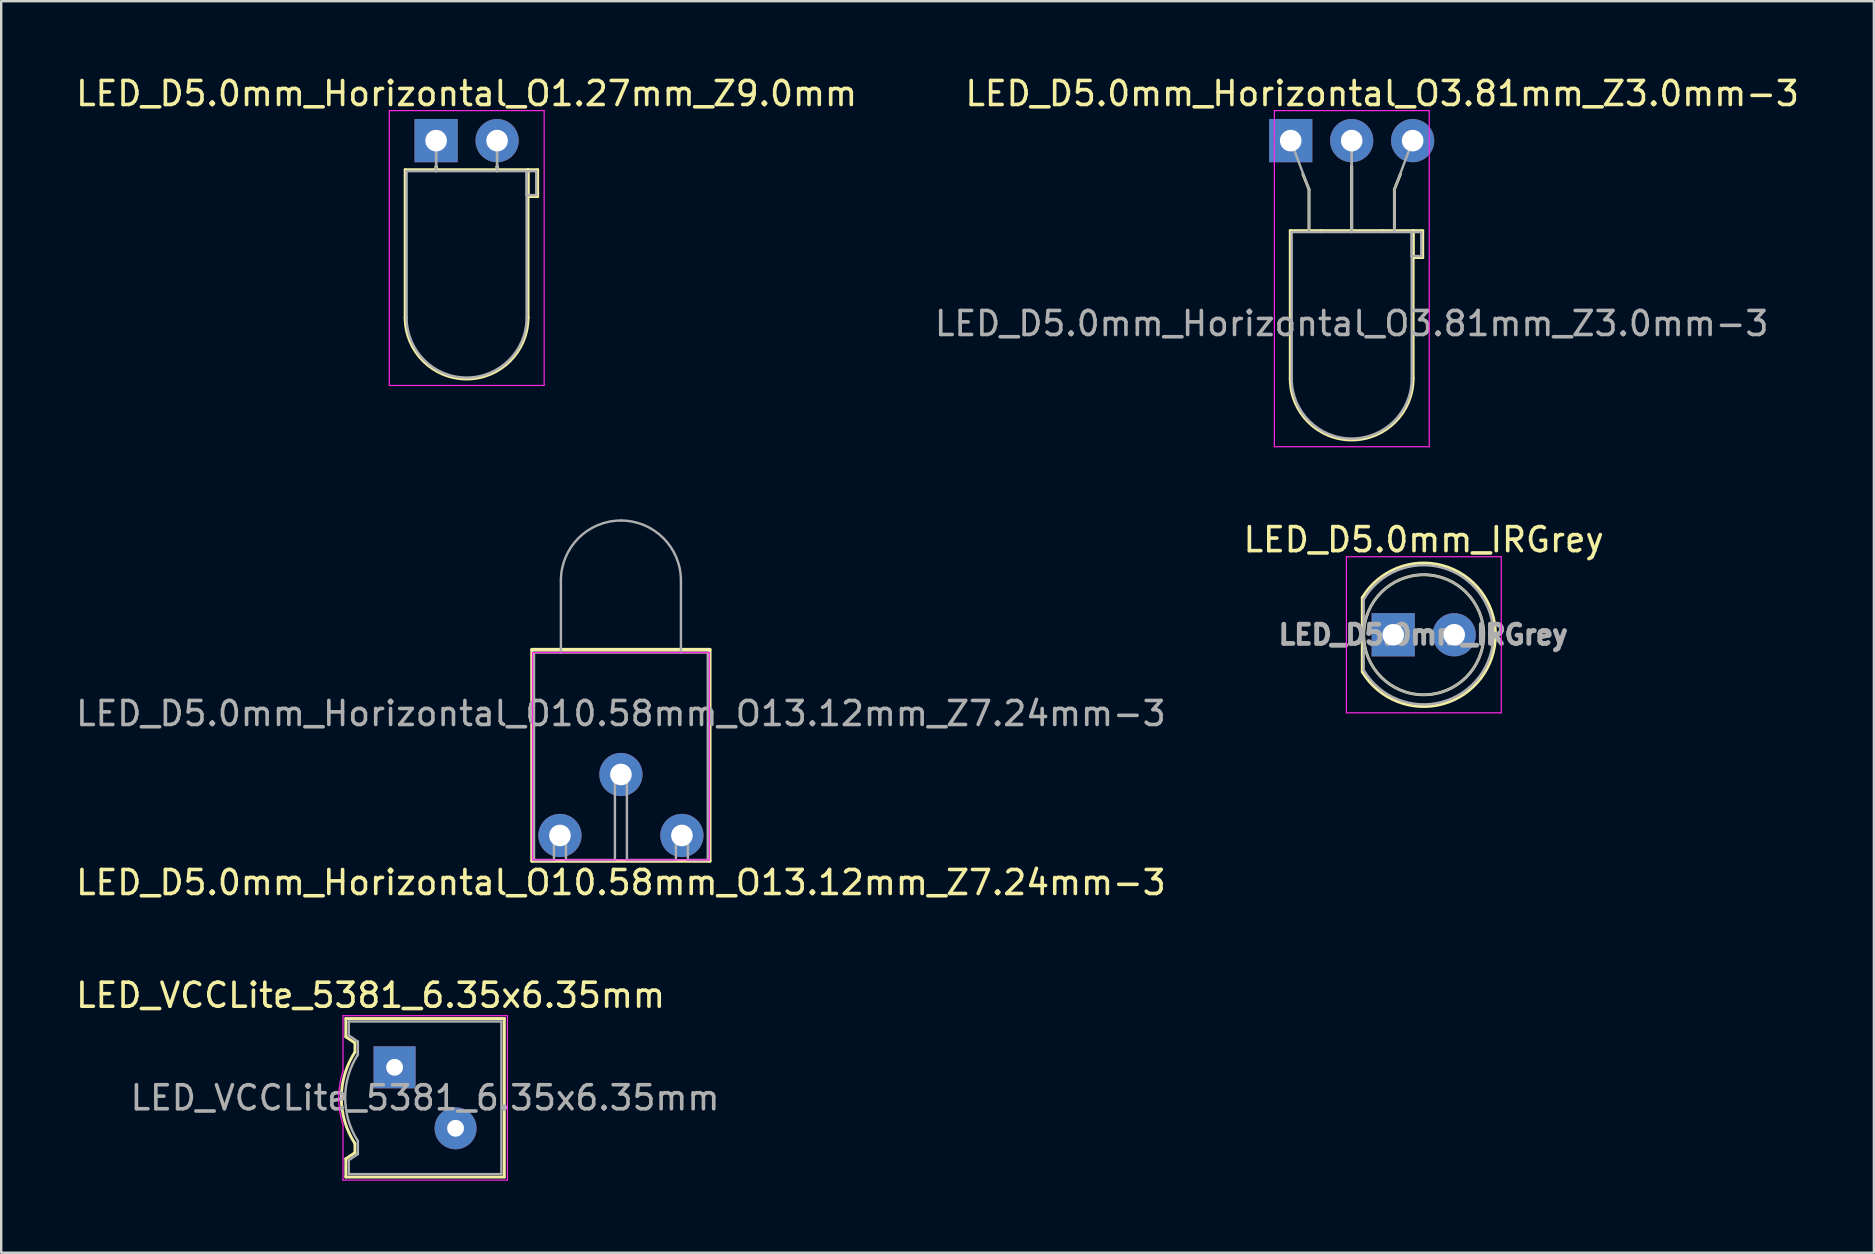
<source format=kicad_pcb>
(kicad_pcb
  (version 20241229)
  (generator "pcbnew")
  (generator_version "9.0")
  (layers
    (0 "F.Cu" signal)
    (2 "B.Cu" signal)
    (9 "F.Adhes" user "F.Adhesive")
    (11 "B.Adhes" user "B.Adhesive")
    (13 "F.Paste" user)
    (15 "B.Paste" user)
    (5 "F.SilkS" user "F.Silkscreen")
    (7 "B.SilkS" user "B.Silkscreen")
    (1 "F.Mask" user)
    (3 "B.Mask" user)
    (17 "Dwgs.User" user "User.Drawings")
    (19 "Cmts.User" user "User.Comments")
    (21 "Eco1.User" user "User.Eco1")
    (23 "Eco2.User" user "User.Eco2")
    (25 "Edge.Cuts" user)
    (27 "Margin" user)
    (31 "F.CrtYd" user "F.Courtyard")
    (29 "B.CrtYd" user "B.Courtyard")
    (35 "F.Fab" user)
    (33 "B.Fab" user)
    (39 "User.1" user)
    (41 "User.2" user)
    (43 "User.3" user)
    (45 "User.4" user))
  (footprint "LED_D5.0mm_Horizontal_O10.58mm_O13.12mm_Z7.24mm-3"
    (layer "F.Cu")
    (at 22.815 29.213)
    (property "Reference" "LED_D5.0mm_Horizontal_O10.58mm_O13.12mm_Z7.24mm-3" (at 0 4.5 0) (layer "F.SilkS") (effects (font (size 1 1) (thickness 0.15))))
    (attr through_hole)
    (fp_line (start -3.7 -5.2) (end -3.7 3.6) (stroke (width 0.15) (type solid)) (layer "F.SilkS"))
    (fp_line (start -3.7 3.6) (end 3.7 3.6) (stroke (width 0.15) (type solid)) (layer "F.SilkS"))
    (fp_line (start 3.7 -5.2) (end -3.7 -5.2) (stroke (width 0.15) (type solid)) (layer "F.SilkS"))
    (fp_line (start 3.7 3.6) (end 3.7 -5.2) (stroke (width 0.15) (type solid)) (layer "F.SilkS"))
    (fp_line (start -3.683 -5.08) (end -3.683 3.556) (stroke (width 0.05) (type solid)) (layer "F.CrtYd"))
    (fp_line (start -3.683 3.556) (end 3.683 3.556) (stroke (width 0.05) (type solid)) (layer "F.CrtYd"))
    (fp_line (start 3.683 -5.08) (end -3.683 -5.08) (stroke (width 0.05) (type solid)) (layer "F.CrtYd"))
    (fp_line (start 3.683 3.556) (end 3.683 -5.08) (stroke (width 0.05) (type solid)) (layer "F.CrtYd"))
    (fp_line (start -3.62 3.56) (end -3.62 -5.08) (stroke (width 0.1) (type solid)) (layer "F.Fab"))
    (fp_line (start -2.79 2.29) (end -2.79 3.56) (stroke (width 0.1) (type solid)) (layer "F.Fab"))
    (fp_line (start -2.79 3.56) (end -3.62 3.56) (stroke (width 0.1) (type solid)) (layer "F.Fab"))
    (fp_line (start -2.5 -8.08) (end -2.5 -5.08) (stroke (width 0.1) (type solid)) (layer "F.Fab"))
    (fp_line (start -2.29 2.29) (end -2.79 2.29) (stroke (width 0.1) (type solid)) (layer "F.Fab"))
    (fp_line (start -2.29 2.79) (end -2.79 2.79) (stroke (width 0.1) (type solid)) (layer "F.Fab"))
    (fp_line (start -2.29 3.56) (end -2.29 2.29) (stroke (width 0.1) (type solid)) (layer "F.Fab"))
    (fp_line (start -0.25 -0.25) (end -0.25 3.56) (stroke (width 0.1) (type solid)) (layer "F.Fab"))
    (fp_line (start -0.25 3.56) (end -2.29 3.56) (stroke (width 0.1) (type solid)) (layer "F.Fab"))
    (fp_line (start 0.25 -0.25) (end -0.25 -0.25) (stroke (width 0.1) (type solid)) (layer "F.Fab"))
    (fp_line (start 0.25 0.25) (end -0.25 0.25) (stroke (width 0.1) (type solid)) (layer "F.Fab"))
    (fp_line (start 0.25 3.56) (end 0.25 -0.25) (stroke (width 0.1) (type solid)) (layer "F.Fab"))
    (fp_line (start 2.29 2.29) (end 2.29 3.56) (stroke (width 0.1) (type solid)) (layer "F.Fab"))
    (fp_line (start 2.29 3.56) (end 0.25 3.56) (stroke (width 0.1) (type solid)) (layer "F.Fab"))
    (fp_line (start 2.5 -8.08) (end 2.5 -5.08) (stroke (width 0.1) (type solid)) (layer "F.Fab"))
    (fp_line (start 2.79 2.29) (end 2.29 2.29) (stroke (width 0.1) (type solid)) (layer "F.Fab"))
    (fp_line (start 2.79 2.79) (end 2.29 2.79) (stroke (width 0.1) (type solid)) (layer "F.Fab"))
    (fp_line (start 2.79 3.56) (end 2.79 2.29) (stroke (width 0.1) (type solid)) (layer "F.Fab"))
    (fp_line (start 3.62 -5.08) (end -3.62 -5.08) (stroke (width 0.1) (type solid)) (layer "F.Fab"))
    (fp_line (start 3.62 3.56) (end 2.79 3.56) (stroke (width 0.1) (type solid)) (layer "F.Fab"))
    (fp_line (start 3.62 3.56) (end 3.62 -5.08) (stroke (width 0.1) (type solid)) (layer "F.Fab"))
    (fp_arc (start -2.5 -8.08) (mid -1.767767 -9.847767) (end 0 -10.58) (stroke (width 0.1) (type solid)) (layer "F.Fab"))
    (fp_arc (start 0 -10.58) (mid 1.767767 -9.847767) (end 2.5 -8.08) (stroke (width 0.1) (type solid)) (layer "F.Fab"))
    (fp_text user "${REFERENCE}" (at 0 -2.54 180) (layer "F.Fab") (effects (font (size 1 1) (thickness 0.15))))
    (pad "1" thru_hole circle (at 2.54 2.54 90) (size 1.8 1.8) (drill 0.9) (layers "*.Cu" "*.Mask"))
    (pad "2" thru_hole circle (at 0 0 90) (size 1.8 1.8) (drill 0.9) (layers "*.Cu" "*.Mask"))
    (pad "3" thru_hole circle (at -2.54 2.54 90) (size 1.8 1.8) (drill 0.9) (layers "*.Cu" "*.Mask")))
  (footprint "LED_D5.0mm_Horizontal_O3.81mm_Z3.0mm-3"
    (layer "F.Cu")
    (at 50.716 2.808)
    (property "Reference" "LED_D5.0mm_Horizontal_O3.81mm_Z3.0mm-3" (at 3.81 -1.96 0) (layer "F.SilkS") (effects (font (size 1 1) (thickness 0.15))))
    (attr through_hole)
    (fp_line (start -0.02 3.75) (end -0.02 9.91) (stroke (width 0.12) (type solid)) (layer "F.SilkS"))
    (fp_line (start -0.02 3.75) (end 5.1 3.75) (stroke (width 0.12) (type solid)) (layer "F.SilkS"))
    (fp_line (start 0.762 2.032) (end 0.508 1.397) (stroke (width 0.12) (type solid)) (layer "F.SilkS"))
    (fp_line (start 0.762 2.032) (end 0.762 3.75) (stroke (width 0.12) (type solid)) (layer "F.SilkS"))
    (fp_line (start 1.27 3.75) (end 1.27 3.75) (stroke (width 0.12) (type solid)) (layer "F.SilkS"))
    (fp_line (start 2.54 1.08) (end 2.54 1.08) (stroke (width 0.12) (type solid)) (layer "F.SilkS"))
    (fp_line (start 2.54 1.08) (end 2.54 3.75) (stroke (width 0.12) (type solid)) (layer "F.SilkS"))
    (fp_line (start 2.54 3.75) (end 2.54 1.08) (stroke (width 0.12) (type solid)) (layer "F.SilkS"))
    (fp_line (start 3.81 3.75) (end 3.81 3.75) (stroke (width 0.12) (type solid)) (layer "F.SilkS"))
    (fp_line (start 4.318 2.032) (end 4.572 1.397) (stroke (width 0.12) (type solid)) (layer "F.SilkS"))
    (fp_line (start 4.318 3.75) (end 4.318 2.032) (stroke (width 0.12) (type solid)) (layer "F.SilkS"))
    (fp_line (start 5.1 3.75) (end 5.1 9.91) (stroke (width 0.12) (type solid)) (layer "F.SilkS"))
    (fp_line (start 5.1 3.75) (end 5.5 3.75) (stroke (width 0.12) (type solid)) (layer "F.SilkS"))
    (fp_line (start 5.1 4.87) (end 5.1 3.75) (stroke (width 0.12) (type solid)) (layer "F.SilkS"))
    (fp_line (start 5.5 3.75) (end 5.5 4.87) (stroke (width 0.12) (type solid)) (layer "F.SilkS"))
    (fp_line (start 5.5 4.87) (end 5.1 4.87) (stroke (width 0.12) (type solid)) (layer "F.SilkS"))
    (fp_arc (start 5.1 9.91) (mid 2.54 12.47) (end -0.02 9.91) (stroke (width 0.12) (type solid)) (layer "F.SilkS"))
    (fp_line (start -0.68 -1.25) (end -0.68 12.75) (stroke (width 0.05) (type solid)) (layer "F.CrtYd"))
    (fp_line (start -0.68 12.75) (end 5.77 12.75) (stroke (width 0.05) (type solid)) (layer "F.CrtYd"))
    (fp_line (start 5.77 -1.25) (end -0.68 -1.25) (stroke (width 0.05) (type solid)) (layer "F.CrtYd"))
    (fp_line (start 5.77 12.75) (end 5.77 -1.25) (stroke (width 0.05) (type solid)) (layer "F.CrtYd"))
    (fp_line (start 0.04 3.81) (end 0.04 9.91) (stroke (width 0.1) (type solid)) (layer "F.Fab"))
    (fp_line (start 0.04 3.81) (end 5.04 3.81) (stroke (width 0.1) (type solid)) (layer "F.Fab"))
    (fp_line (start 0.762 2.032) (end 0 0) (stroke (width 0.1) (type solid)) (layer "F.Fab"))
    (fp_line (start 0.762 3.81) (end 0.762 2.032) (stroke (width 0.1) (type solid)) (layer "F.Fab"))
    (fp_line (start 1.27 3.81) (end 1.27 3.81) (stroke (width 0.1) (type solid)) (layer "F.Fab"))
    (fp_line (start 2.54 0) (end 2.54 0) (stroke (width 0.1) (type solid)) (layer "F.Fab"))
    (fp_line (start 2.54 0) (end 2.54 3.81) (stroke (width 0.1) (type solid)) (layer "F.Fab"))
    (fp_line (start 2.54 3.81) (end 2.54 0) (stroke (width 0.1) (type solid)) (layer "F.Fab"))
    (fp_line (start 3.81 3.81) (end 3.81 3.81) (stroke (width 0.1) (type solid)) (layer "F.Fab"))
    (fp_line (start 4.318 2.032) (end 4.318 3.81) (stroke (width 0.1) (type solid)) (layer "F.Fab"))
    (fp_line (start 4.318 2.032) (end 5.08 0) (stroke (width 0.1) (type solid)) (layer "F.Fab"))
    (fp_line (start 5.04 3.81) (end 5.04 9.91) (stroke (width 0.1) (type solid)) (layer "F.Fab"))
    (fp_line (start 5.04 3.81) (end 5.44 3.81) (stroke (width 0.1) (type solid)) (layer "F.Fab"))
    (fp_line (start 5.04 4.81) (end 5.04 3.81) (stroke (width 0.1) (type solid)) (layer "F.Fab"))
    (fp_line (start 5.08 0) (end 5.08 0) (stroke (width 0.1) (type solid)) (layer "F.Fab"))
    (fp_line (start 5.44 3.81) (end 5.44 4.81) (stroke (width 0.1) (type solid)) (layer "F.Fab"))
    (fp_line (start 5.44 4.81) (end 5.04 4.81) (stroke (width 0.1) (type solid)) (layer "F.Fab"))
    (fp_arc (start 5.04 9.91) (mid 2.54 12.41) (end 0.04 9.91) (stroke (width 0.1) (type solid)) (layer "F.Fab"))
    (fp_text user "${REFERENCE}" (at 2.54 7.62 0) (layer "F.Fab") (effects (font (size 1 1) (thickness 0.15))))
    (pad "1" thru_hole rect (at 0 0) (size 1.8 1.8) (drill 0.9) (layers "*.Cu" "*.Mask"))
    (pad "2" thru_hole circle (at 2.54 0) (size 1.8 1.8) (drill 0.9) (layers "*.Cu" "*.Mask"))
    (pad "3" thru_hole circle (at 5.08 0) (size 1.8 1.8) (drill 0.9) (layers "*.Cu" "*.Mask")))
  (footprint "LED_D5.0mm_IRGrey"
    (layer "F.Cu")
    (at 54.986 23.392)
    (property "Reference" "LED_D5.0mm_IRGrey" (at 1.27 -3.96 0) (layer "F.SilkS") (effects (font (size 1 1) (thickness 0.15))))
    (attr through_hole)
    (fp_line (start -1.29 -1.545) (end -1.29 1.545) (stroke (width 0.12) (type solid)) (layer "F.SilkS"))
    (fp_arc (start -1.29 -1.54483) (mid 2.072002 -2.880433) (end 4.26 0.000462) (stroke (width 0.12) (type solid)) (layer "F.SilkS"))
    (fp_arc (start 4.26 -0.000462) (mid 2.072002 2.880433) (end -1.29 1.54483) (stroke (width 0.12) (type solid)) (layer "F.SilkS"))
    (fp_circle (center 1.27 0) (end 3.77 0) (stroke (width 0.12) (type solid)) (fill no) (layer "F.SilkS"))
    (fp_line (start -1.95 -3.25) (end -1.95 3.25) (stroke (width 0.05) (type solid)) (layer "F.CrtYd"))
    (fp_line (start -1.95 3.25) (end 4.5 3.25) (stroke (width 0.05) (type solid)) (layer "F.CrtYd"))
    (fp_line (start 4.5 -3.25) (end -1.95 -3.25) (stroke (width 0.05) (type solid)) (layer "F.CrtYd"))
    (fp_line (start 4.5 3.25) (end 4.5 -3.25) (stroke (width 0.05) (type solid)) (layer "F.CrtYd"))
    (fp_line (start -1.23 -1.47) (end -1.23 1.47) (stroke (width 0.1) (type solid)) (layer "F.Fab"))
    (fp_arc (start -1.23 -1.469694) (mid 4.17 0.000016) (end -1.230016 1.469666) (stroke (width 0.1) (type solid)) (layer "F.Fab"))
    (fp_circle (center 1.27 0) (end 3.77 0) (stroke (width 0.1) (type solid)) (fill no) (layer "F.Fab"))
    (fp_text user "${REFERENCE}" (at 1.25 0 0) (layer "F.Fab") (effects (font (size 0.8 0.8) (thickness 0.2))))
    (pad "1" thru_hole rect (at 0 0) (size 1.8 1.8) (drill 0.9) (layers "*.Cu" "*.Mask"))
    (pad "2" thru_hole circle (at 2.54 0) (size 1.8 1.8) (drill 0.9) (layers "*.Cu" "*.Mask")))
  (footprint "LED_D5.0mm_Horizontal_O1.27mm_Z9.0mm"
    (layer "F.Cu")
    (at 15.117 2.808)
    (property "Reference" "LED_D5.0mm_Horizontal_O1.27mm_Z9.0mm" (at 1.27 -1.96 0) (layer "F.SilkS") (effects (font (size 1 1) (thickness 0.15))))
    (attr through_hole)
    (fp_line (start -1.29 1.21) (end -1.29 7.37) (stroke (width 0.12) (type solid)) (layer "F.SilkS"))
    (fp_line (start -1.29 1.21) (end 3.83 1.21) (stroke (width 0.12) (type solid)) (layer "F.SilkS"))
    (fp_line (start 0 1.08) (end 0 1.08) (stroke (width 0.12) (type solid)) (layer "F.SilkS"))
    (fp_line (start 0 1.08) (end 0 1.21) (stroke (width 0.12) (type solid)) (layer "F.SilkS"))
    (fp_line (start 0 1.21) (end 0 1.08) (stroke (width 0.12) (type solid)) (layer "F.SilkS"))
    (fp_line (start 0 1.21) (end 0 1.21) (stroke (width 0.12) (type solid)) (layer "F.SilkS"))
    (fp_line (start 2.54 1.08) (end 2.54 1.08) (stroke (width 0.12) (type solid)) (layer "F.SilkS"))
    (fp_line (start 2.54 1.08) (end 2.54 1.21) (stroke (width 0.12) (type solid)) (layer "F.SilkS"))
    (fp_line (start 2.54 1.21) (end 2.54 1.08) (stroke (width 0.12) (type solid)) (layer "F.SilkS"))
    (fp_line (start 2.54 1.21) (end 2.54 1.21) (stroke (width 0.12) (type solid)) (layer "F.SilkS"))
    (fp_line (start 3.83 1.21) (end 3.83 7.37) (stroke (width 0.12) (type solid)) (layer "F.SilkS"))
    (fp_line (start 3.83 1.21) (end 4.23 1.21) (stroke (width 0.12) (type solid)) (layer "F.SilkS"))
    (fp_line (start 3.83 2.33) (end 3.83 1.21) (stroke (width 0.12) (type solid)) (layer "F.SilkS"))
    (fp_line (start 4.23 1.21) (end 4.23 2.33) (stroke (width 0.12) (type solid)) (layer "F.SilkS"))
    (fp_line (start 4.23 2.33) (end 3.83 2.33) (stroke (width 0.12) (type solid)) (layer "F.SilkS"))
    (fp_arc (start 3.83 7.37) (mid 1.27 9.93) (end -1.29 7.37) (stroke (width 0.12) (type solid)) (layer "F.SilkS"))
    (fp_line (start -1.95 -1.25) (end -1.95 10.2) (stroke (width 0.05) (type solid)) (layer "F.CrtYd"))
    (fp_line (start -1.95 10.2) (end 4.5 10.2) (stroke (width 0.05) (type solid)) (layer "F.CrtYd"))
    (fp_line (start 4.5 -1.25) (end -1.95 -1.25) (stroke (width 0.05) (type solid)) (layer "F.CrtYd"))
    (fp_line (start 4.5 10.2) (end 4.5 -1.25) (stroke (width 0.05) (type solid)) (layer "F.CrtYd"))
    (fp_line (start -1.23 1.27) (end -1.23 7.37) (stroke (width 0.1) (type solid)) (layer "F.Fab"))
    (fp_line (start -1.23 1.27) (end 3.77 1.27) (stroke (width 0.1) (type solid)) (layer "F.Fab"))
    (fp_line (start 0 0) (end 0 0) (stroke (width 0.1) (type solid)) (layer "F.Fab"))
    (fp_line (start 0 0) (end 0 1.27) (stroke (width 0.1) (type solid)) (layer "F.Fab"))
    (fp_line (start 0 1.27) (end 0 0) (stroke (width 0.1) (type solid)) (layer "F.Fab"))
    (fp_line (start 0 1.27) (end 0 1.27) (stroke (width 0.1) (type solid)) (layer "F.Fab"))
    (fp_line (start 2.54 0) (end 2.54 0) (stroke (width 0.1) (type solid)) (layer "F.Fab"))
    (fp_line (start 2.54 0) (end 2.54 1.27) (stroke (width 0.1) (type solid)) (layer "F.Fab"))
    (fp_line (start 2.54 1.27) (end 2.54 0) (stroke (width 0.1) (type solid)) (layer "F.Fab"))
    (fp_line (start 2.54 1.27) (end 2.54 1.27) (stroke (width 0.1) (type solid)) (layer "F.Fab"))
    (fp_line (start 3.77 1.27) (end 3.77 7.37) (stroke (width 0.1) (type solid)) (layer "F.Fab"))
    (fp_line (start 3.77 1.27) (end 4.17 1.27) (stroke (width 0.1) (type solid)) (layer "F.Fab"))
    (fp_line (start 3.77 2.27) (end 3.77 1.27) (stroke (width 0.1) (type solid)) (layer "F.Fab"))
    (fp_line (start 4.17 1.27) (end 4.17 2.27) (stroke (width 0.1) (type solid)) (layer "F.Fab"))
    (fp_line (start 4.17 2.27) (end 3.77 2.27) (stroke (width 0.1) (type solid)) (layer "F.Fab"))
    (fp_arc (start 3.77 7.37) (mid 1.27 9.87) (end -1.23 7.37) (stroke (width 0.1) (type solid)) (layer "F.Fab"))
    (pad "1" thru_hole rect (at 0 0) (size 1.8 1.8) (drill 0.9) (layers "*.Cu" "*.Mask"))
    (pad "2" thru_hole circle (at 2.54 0) (size 1.8 1.8) (drill 0.9) (layers "*.Cu" "*.Mask")))
  (footprint "LED_VCCLite_5381_6.35x6.35mm"
    (layer "F.Cu")
    (at 13.387 41.41)
    (property "Reference" "LED_VCCLite_5381_6.35x6.35mm" (at -1 -3 0) (layer "F.SilkS") (effects (font (size 1 1) (thickness 0.15))))
    (attr through_hole)
    (fp_line (start -2.032 -2.032) (end -2.032 -1.27) (stroke (width 0.12) (type solid)) (layer "F.SilkS"))
    (fp_line (start -2.032 -1.27) (end -1.651 -1.016) (stroke (width 0.12) (type solid)) (layer "F.SilkS"))
    (fp_line (start -2.032 4.572) (end -2.032 3.81) (stroke (width 0.12) (type solid)) (layer "F.SilkS"))
    (fp_line (start -1.651 -1.016) (end -1.651 -0.635) (stroke (width 0.12) (type solid)) (layer "F.SilkS"))
    (fp_line (start -1.651 3.556) (end -2.032 3.81) (stroke (width 0.12) (type solid)) (layer "F.SilkS"))
    (fp_line (start -1.651 3.556) (end -1.651 3.175) (stroke (width 0.12) (type solid)) (layer "F.SilkS"))
    (fp_line (start 4.572 -2.032) (end -2.032 -2.032) (stroke (width 0.12) (type solid)) (layer "F.SilkS"))
    (fp_line (start 4.572 4.572) (end -2.032 4.572) (stroke (width 0.12) (type solid)) (layer "F.SilkS"))
    (fp_line (start 4.572 4.572) (end 4.572 -2.032) (stroke (width 0.12) (type solid)) (layer "F.SilkS"))
    (fp_arc (start -1.651753 3.173843) (mid -2.2173 1.26931) (end -1.650999 -0.634999) (stroke (width 0.12) (type solid)) (layer "F.SilkS"))
    (fp_line (start -2.15 -2.15) (end -2.15 0.15) (stroke (width 0.05) (type solid)) (layer "F.CrtYd"))
    (fp_line (start -2.15 -2.15) (end 4.7 -2.15) (stroke (width 0.05) (type solid)) (layer "F.CrtYd"))
    (fp_line (start -2.15 4.7) (end -2.15 2.4) (stroke (width 0.05) (type solid)) (layer "F.CrtYd"))
    (fp_line (start 4.7 -2.15) (end 4.7 4.7) (stroke (width 0.05) (type solid)) (layer "F.CrtYd"))
    (fp_line (start 4.7 4.7) (end -2.15 4.7) (stroke (width 0.05) (type solid)) (layer "F.CrtYd"))
    (fp_arc (start -2.147033 2.39902) (mid -2.328719 1.274748) (end -2.15 0.15) (stroke (width 0.05) (type solid)) (layer "F.CrtYd"))
    (fp_line (start -1.91 -1.91) (end -1.91 -1.33) (stroke (width 0.1) (type solid)) (layer "F.Fab"))
    (fp_line (start -1.91 -1.91) (end 4.45 -1.91) (stroke (width 0.1) (type solid)) (layer "F.Fab"))
    (fp_line (start -1.91 -1.33) (end -1.53 -1.07) (stroke (width 0.1) (type solid)) (layer "F.Fab"))
    (fp_line (start -1.91 3.87) (end -1.53 3.61) (stroke (width 0.1) (type solid)) (layer "F.Fab"))
    (fp_line (start -1.91 4.45) (end -1.91 3.87) (stroke (width 0.1) (type solid)) (layer "F.Fab"))
    (fp_line (start -1.53 -1.07) (end -1.53 -0.53) (stroke (width 0.1) (type solid)) (layer "F.Fab"))
    (fp_line (start -1.53 3.61) (end -1.53 3.07) (stroke (width 0.1) (type solid)) (layer "F.Fab"))
    (fp_line (start 4.45 -1.91) (end 4.45 4.45) (stroke (width 0.1) (type solid)) (layer "F.Fab"))
    (fp_line (start 4.45 4.45) (end -1.91 4.45) (stroke (width 0.1) (type solid)) (layer "F.Fab"))
    (fp_arc (start -1.538265 3.057078) (mid -2.058655 1.26233) (end -1.53 -0.53) (stroke (width 0.1) (type solid)) (layer "F.Fab"))
    (fp_text user "${REFERENCE}" (at 1.27 1.27 0) (layer "F.Fab") (effects (font (size 1 1) (thickness 0.15))))
    (pad "1" thru_hole rect (at 0 0 270) (size 1.75 1.75) (drill 0.7) (layers "*.Cu" "*.Mask"))
    (pad "2" thru_hole circle (at 2.54 2.54 270) (size 1.75 1.75) (drill 0.7) (layers "*.Cu" "*.Mask")))
  (gr_rect
    (start -3 -3)
    (end 75.008 49.135)
    (stroke (width 0.1) (type default))
    (fill no)
    (layer "Edge.Cuts")))
</source>
